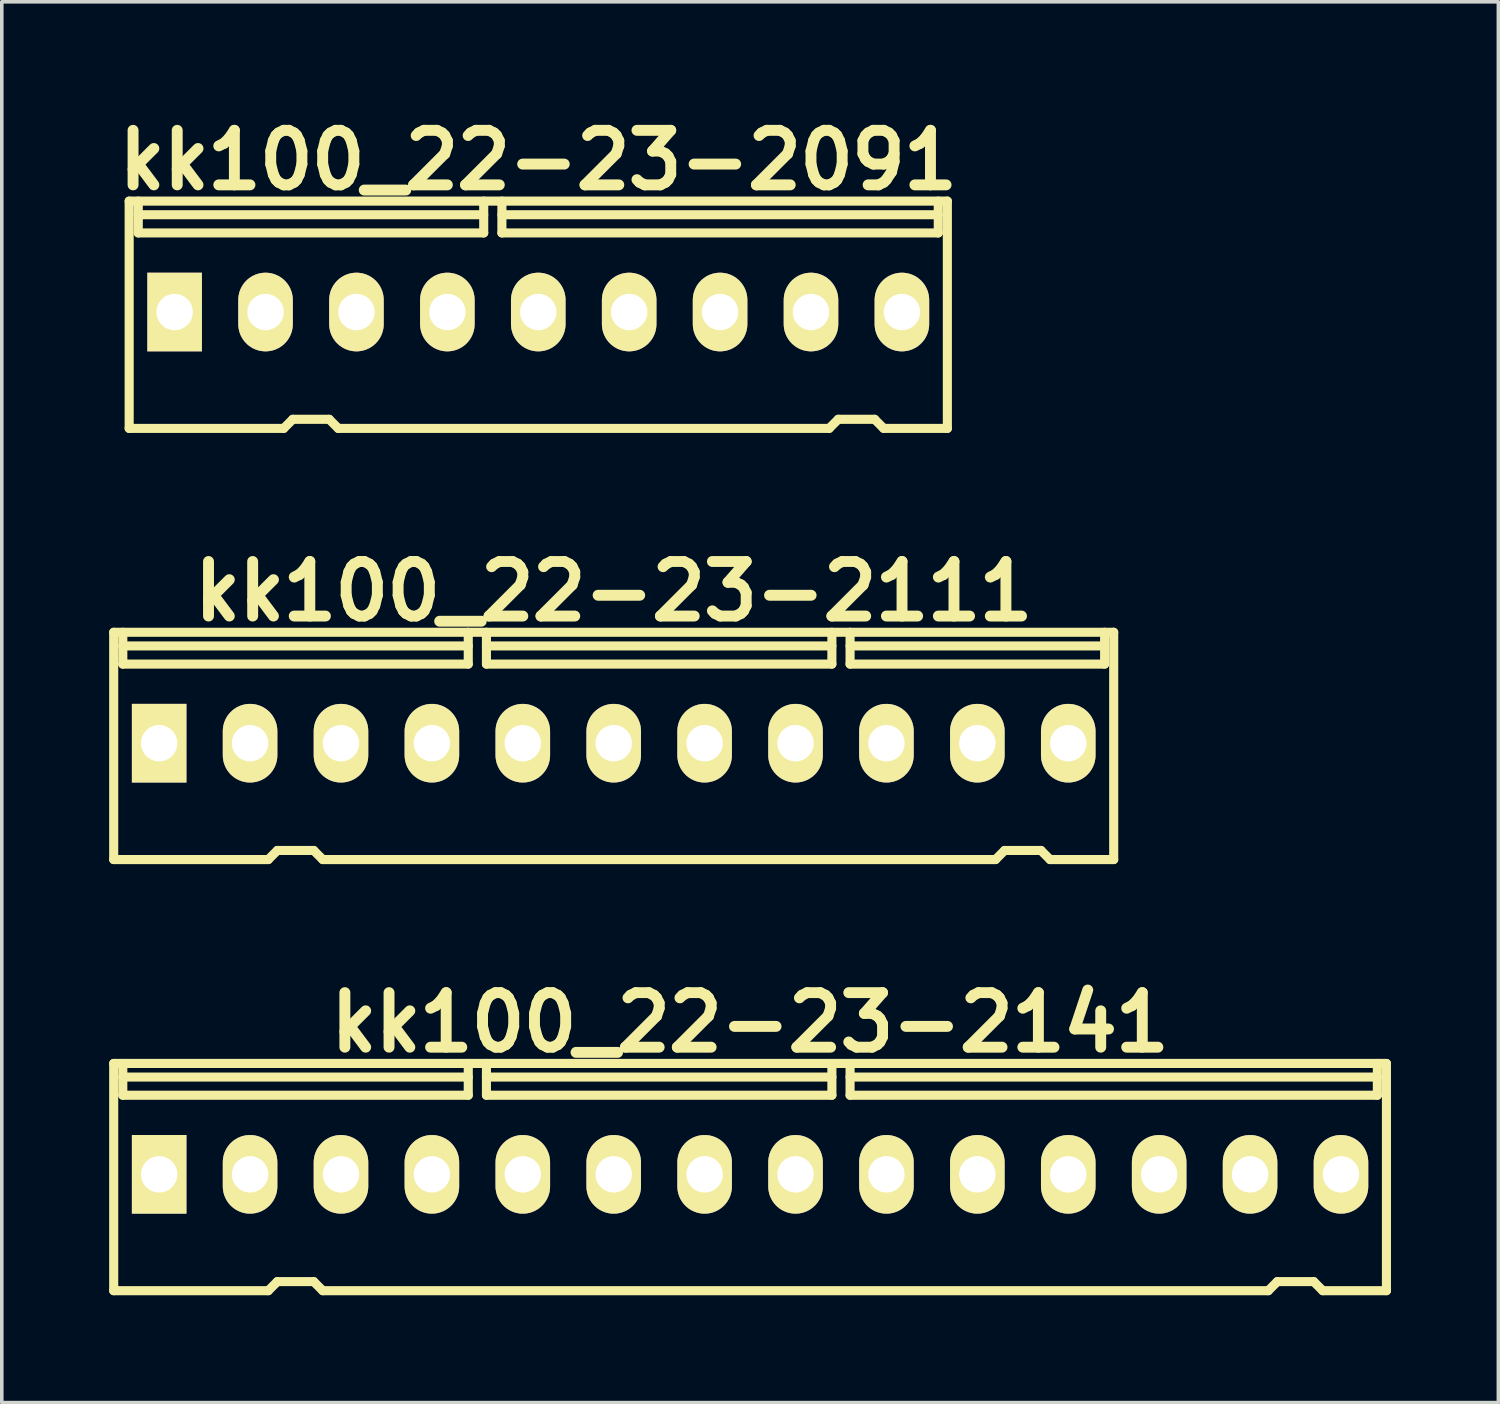
<source format=kicad_pcb>
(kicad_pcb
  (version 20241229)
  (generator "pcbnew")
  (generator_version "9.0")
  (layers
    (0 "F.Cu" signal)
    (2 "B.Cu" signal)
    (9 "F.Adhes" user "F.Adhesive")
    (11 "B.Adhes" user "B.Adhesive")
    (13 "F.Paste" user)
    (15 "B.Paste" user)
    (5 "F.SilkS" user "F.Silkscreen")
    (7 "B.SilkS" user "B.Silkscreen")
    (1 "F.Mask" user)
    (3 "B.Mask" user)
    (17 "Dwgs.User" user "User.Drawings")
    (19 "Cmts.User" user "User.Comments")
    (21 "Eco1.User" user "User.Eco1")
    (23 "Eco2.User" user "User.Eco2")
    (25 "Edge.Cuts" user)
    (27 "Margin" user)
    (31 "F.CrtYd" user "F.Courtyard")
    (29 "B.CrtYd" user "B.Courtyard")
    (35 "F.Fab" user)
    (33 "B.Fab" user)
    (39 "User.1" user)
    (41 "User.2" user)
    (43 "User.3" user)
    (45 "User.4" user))
  (footprint "kk100_22-23-2111"
    (layer "F.Cu")
    (at 14.097 17.791)
    (property "Reference" "kk100_22-23-2111" (at 0 -4.318 0) (layer "F.SilkS") (effects (font (size 1.524 1.524) (thickness 0.305))))
    (attr through_hole)
    (fp_line (start -13.97 -3.175) (end 13.97 -3.175) (stroke (width 0.254) (type solid)) (layer "F.SilkS"))
    (fp_line (start -13.97 3.175) (end -13.97 -3.175) (stroke (width 0.254) (type solid)) (layer "F.SilkS"))
    (fp_line (start -13.716 -2.286) (end -13.716 -3.175) (stroke (width 0.254) (type solid)) (layer "F.SilkS"))
    (fp_line (start -9.652 3.175) (end -13.97 3.175) (stroke (width 0.254) (type solid)) (layer "F.SilkS"))
    (fp_line (start -9.398 2.921) (end -9.652 3.175) (stroke (width 0.254) (type solid)) (layer "F.SilkS"))
    (fp_line (start -9.398 2.921) (end -8.382 2.921) (stroke (width 0.254) (type solid)) (layer "F.SilkS"))
    (fp_line (start -8.382 2.921) (end -8.128 3.175) (stroke (width 0.254) (type solid)) (layer "F.SilkS"))
    (fp_line (start -8.128 3.175) (end 10.668 3.175) (stroke (width 0.254) (type solid)) (layer "F.SilkS"))
    (fp_line (start -4.064 -2.794) (end -13.716 -2.794) (stroke (width 0.254) (type solid)) (layer "F.SilkS"))
    (fp_line (start -4.064 -2.286) (end -13.716 -2.286) (stroke (width 0.254) (type solid)) (layer "F.SilkS"))
    (fp_line (start -4.064 -2.286) (end -4.064 -3.175) (stroke (width 0.254) (type solid)) (layer "F.SilkS"))
    (fp_line (start -3.556 -2.794) (end 6.096 -2.794) (stroke (width 0.254) (type solid)) (layer "F.SilkS"))
    (fp_line (start -3.556 -2.286) (end -3.556 -3.175) (stroke (width 0.254) (type solid)) (layer "F.SilkS"))
    (fp_line (start -3.556 -2.286) (end 6.096 -2.286) (stroke (width 0.254) (type solid)) (layer "F.SilkS"))
    (fp_line (start 6.096 -2.286) (end 6.096 -3.175) (stroke (width 0.254) (type solid)) (layer "F.SilkS"))
    (fp_line (start 6.604 -2.794) (end 13.716 -2.794) (stroke (width 0.254) (type solid)) (layer "F.SilkS"))
    (fp_line (start 6.604 -2.286) (end 6.604 -3.175) (stroke (width 0.254) (type solid)) (layer "F.SilkS"))
    (fp_line (start 6.604 -2.286) (end 13.716 -2.286) (stroke (width 0.254) (type solid)) (layer "F.SilkS"))
    (fp_line (start 10.922 2.921) (end 10.668 3.175) (stroke (width 0.254) (type solid)) (layer "F.SilkS"))
    (fp_line (start 10.922 2.921) (end 11.938 2.921) (stroke (width 0.254) (type solid)) (layer "F.SilkS"))
    (fp_line (start 11.938 2.921) (end 12.192 3.175) (stroke (width 0.254) (type solid)) (layer "F.SilkS"))
    (fp_line (start 12.192 3.175) (end 13.97 3.175) (stroke (width 0.254) (type solid)) (layer "F.SilkS"))
    (fp_line (start 13.716 -2.286) (end 13.716 -3.175) (stroke (width 0.254) (type solid)) (layer "F.SilkS"))
    (fp_line (start 13.97 -3.175) (end 13.97 3.175) (stroke (width 0.254) (type solid)) (layer "F.SilkS"))
    (pad "1" thru_hole rect (at -12.7 -0.076) (size 1.524 2.197) (drill 1.016) (layers "*.Cu" "*.Mask" "F.SilkS"))
    (pad "2" thru_hole oval (at -10.16 -0.076) (size 1.524 2.197) (drill 1.016) (layers "*.Cu" "*.Mask" "F.SilkS"))
    (pad "3" thru_hole oval (at -7.62 -0.076) (size 1.524 2.197) (drill 1.016) (layers "*.Cu" "*.Mask" "F.SilkS"))
    (pad "4" thru_hole oval (at -5.08 -0.076) (size 1.524 2.197) (drill 1.016) (layers "*.Cu" "*.Mask" "F.SilkS"))
    (pad "5" thru_hole oval (at -2.54 -0.076) (size 1.524 2.197) (drill 1.016) (layers "*.Cu" "*.Mask" "F.SilkS"))
    (pad "6" thru_hole oval (at 0 -0.076) (size 1.524 2.197) (drill 1.016) (layers "*.Cu" "*.Mask" "F.SilkS"))
    (pad "7" thru_hole oval (at 2.54 -0.076) (size 1.524 2.197) (drill 1.016) (layers "*.Cu" "*.Mask" "F.SilkS"))
    (pad "8" thru_hole oval (at 5.08 -0.076) (size 1.524 2.197) (drill 1.016) (layers "*.Cu" "*.Mask" "F.SilkS"))
    (pad "9" thru_hole oval (at 7.62 -0.076) (size 1.524 2.197) (drill 1.016) (layers "*.Cu" "*.Mask" "F.SilkS"))
    (pad "10" thru_hole oval (at 10.16 -0.076) (size 1.524 2.197) (drill 1.016) (layers "*.Cu" "*.Mask" "F.SilkS"))
    (pad "11" thru_hole oval (at 12.7 -0.076) (size 1.524 2.197) (drill 1.016) (layers "*.Cu" "*.Mask" "F.SilkS")))
  (footprint "kk100_22-23-2091"
    (layer "F.Cu")
    (at 11.989 5.744)
    (property "Reference" "kk100_22-23-2091" (at 0 -4.318 0) (layer "F.SilkS") (effects (font (size 1.524 1.524) (thickness 0.305))))
    (attr through_hole)
    (fp_line (start -11.43 -3.175) (end 11.43 -3.175) (stroke (width 0.254) (type solid)) (layer "F.SilkS"))
    (fp_line (start -11.43 3.175) (end -11.43 -3.175) (stroke (width 0.254) (type solid)) (layer "F.SilkS"))
    (fp_line (start -11.176 -2.286) (end -11.176 -3.175) (stroke (width 0.254) (type solid)) (layer "F.SilkS"))
    (fp_line (start -7.112 3.175) (end -11.43 3.175) (stroke (width 0.254) (type solid)) (layer "F.SilkS"))
    (fp_line (start -6.858 2.921) (end -7.112 3.175) (stroke (width 0.254) (type solid)) (layer "F.SilkS"))
    (fp_line (start -6.858 2.921) (end -5.842 2.921) (stroke (width 0.254) (type solid)) (layer "F.SilkS"))
    (fp_line (start -5.842 2.921) (end -5.588 3.175) (stroke (width 0.254) (type solid)) (layer "F.SilkS"))
    (fp_line (start -5.588 3.175) (end 8.128 3.175) (stroke (width 0.254) (type solid)) (layer "F.SilkS"))
    (fp_line (start -1.524 -2.794) (end -11.176 -2.794) (stroke (width 0.254) (type solid)) (layer "F.SilkS"))
    (fp_line (start -1.524 -2.286) (end -11.176 -2.286) (stroke (width 0.254) (type solid)) (layer "F.SilkS"))
    (fp_line (start -1.524 -2.286) (end -1.524 -3.175) (stroke (width 0.254) (type solid)) (layer "F.SilkS"))
    (fp_line (start -1.016 -2.794) (end 11.176 -2.794) (stroke (width 0.254) (type solid)) (layer "F.SilkS"))
    (fp_line (start -1.016 -2.286) (end -1.016 -3.175) (stroke (width 0.254) (type solid)) (layer "F.SilkS"))
    (fp_line (start -1.016 -2.286) (end 11.176 -2.286) (stroke (width 0.254) (type solid)) (layer "F.SilkS"))
    (fp_line (start 8.382 2.921) (end 8.128 3.175) (stroke (width 0.254) (type solid)) (layer "F.SilkS"))
    (fp_line (start 8.382 2.921) (end 9.398 2.921) (stroke (width 0.254) (type solid)) (layer "F.SilkS"))
    (fp_line (start 9.398 2.921) (end 9.652 3.175) (stroke (width 0.254) (type solid)) (layer "F.SilkS"))
    (fp_line (start 9.652 3.175) (end 11.43 3.175) (stroke (width 0.254) (type solid)) (layer "F.SilkS"))
    (fp_line (start 11.176 -2.286) (end 11.176 -3.175) (stroke (width 0.254) (type solid)) (layer "F.SilkS"))
    (fp_line (start 11.43 -3.175) (end 11.43 3.175) (stroke (width 0.254) (type solid)) (layer "F.SilkS"))
    (pad "1" thru_hole rect (at -10.16 -0.076) (size 1.524 2.197) (drill 1.016) (layers "*.Cu" "*.Mask" "F.SilkS"))
    (pad "2" thru_hole oval (at -7.62 -0.076) (size 1.524 2.197) (drill 1.016) (layers "*.Cu" "*.Mask" "F.SilkS"))
    (pad "3" thru_hole oval (at -5.08 -0.076) (size 1.524 2.197) (drill 1.016) (layers "*.Cu" "*.Mask" "F.SilkS"))
    (pad "4" thru_hole oval (at -2.54 -0.076) (size 1.524 2.197) (drill 1.016) (layers "*.Cu" "*.Mask" "F.SilkS"))
    (pad "5" thru_hole oval (at 0 -0.076) (size 1.524 2.197) (drill 1.016) (layers "*.Cu" "*.Mask" "F.SilkS"))
    (pad "6" thru_hole oval (at 2.54 -0.076) (size 1.524 2.197) (drill 1.016) (layers "*.Cu" "*.Mask" "F.SilkS"))
    (pad "7" thru_hole oval (at 5.08 -0.076) (size 1.524 2.197) (drill 1.016) (layers "*.Cu" "*.Mask" "F.SilkS"))
    (pad "8" thru_hole oval (at 7.62 -0.076) (size 1.524 2.197) (drill 1.016) (layers "*.Cu" "*.Mask" "F.SilkS"))
    (pad "9" thru_hole oval (at 10.16 -0.076) (size 1.524 2.197) (drill 1.016) (layers "*.Cu" "*.Mask" "F.SilkS")))
  (footprint "kk100_22-23-2141"
    (layer "F.Cu")
    (at 17.907 29.837)
    (property "Reference" "kk100_22-23-2141" (at 0 -4.318 0) (layer "F.SilkS") (effects (font (size 1.524 1.524) (thickness 0.305))))
    (attr through_hole)
    (fp_line (start -17.78 -3.175) (end 17.78 -3.175) (stroke (width 0.254) (type solid)) (layer "F.SilkS"))
    (fp_line (start -17.78 3.175) (end -17.78 -3.175) (stroke (width 0.254) (type solid)) (layer "F.SilkS"))
    (fp_line (start -17.526 -2.286) (end -17.526 -3.175) (stroke (width 0.254) (type solid)) (layer "F.SilkS"))
    (fp_line (start -13.462 3.175) (end -17.78 3.175) (stroke (width 0.254) (type solid)) (layer "F.SilkS"))
    (fp_line (start -13.208 2.921) (end -13.462 3.175) (stroke (width 0.254) (type solid)) (layer "F.SilkS"))
    (fp_line (start -13.208 2.921) (end -12.192 2.921) (stroke (width 0.254) (type solid)) (layer "F.SilkS"))
    (fp_line (start -12.192 2.921) (end -11.938 3.175) (stroke (width 0.254) (type solid)) (layer "F.SilkS"))
    (fp_line (start -11.938 3.175) (end 14.478 3.175) (stroke (width 0.254) (type solid)) (layer "F.SilkS"))
    (fp_line (start -7.874 -2.794) (end -17.526 -2.794) (stroke (width 0.254) (type solid)) (layer "F.SilkS"))
    (fp_line (start -7.874 -2.286) (end -17.526 -2.286) (stroke (width 0.254) (type solid)) (layer "F.SilkS"))
    (fp_line (start -7.874 -2.286) (end -7.874 -3.175) (stroke (width 0.254) (type solid)) (layer "F.SilkS"))
    (fp_line (start -7.366 -2.794) (end 2.286 -2.794) (stroke (width 0.254) (type solid)) (layer "F.SilkS"))
    (fp_line (start -7.366 -2.286) (end -7.366 -3.175) (stroke (width 0.254) (type solid)) (layer "F.SilkS"))
    (fp_line (start -7.366 -2.286) (end 2.286 -2.286) (stroke (width 0.254) (type solid)) (layer "F.SilkS"))
    (fp_line (start 2.286 -2.286) (end 2.286 -3.175) (stroke (width 0.254) (type solid)) (layer "F.SilkS"))
    (fp_line (start 2.794 -2.794) (end 17.526 -2.794) (stroke (width 0.254) (type solid)) (layer "F.SilkS"))
    (fp_line (start 2.794 -2.286) (end 2.794 -3.175) (stroke (width 0.254) (type solid)) (layer "F.SilkS"))
    (fp_line (start 14.732 2.921) (end 14.478 3.175) (stroke (width 0.254) (type solid)) (layer "F.SilkS"))
    (fp_line (start 14.732 2.921) (end 15.748 2.921) (stroke (width 0.254) (type solid)) (layer "F.SilkS"))
    (fp_line (start 15.748 2.921) (end 16.002 3.175) (stroke (width 0.254) (type solid)) (layer "F.SilkS"))
    (fp_line (start 16.002 3.175) (end 17.78 3.175) (stroke (width 0.254) (type solid)) (layer "F.SilkS"))
    (fp_line (start 17.526 -2.286) (end 2.794 -2.286) (stroke (width 0.254) (type solid)) (layer "F.SilkS"))
    (fp_line (start 17.526 -2.286) (end 17.526 -3.175) (stroke (width 0.254) (type solid)) (layer "F.SilkS"))
    (fp_line (start 17.78 -3.175) (end 17.78 3.175) (stroke (width 0.254) (type solid)) (layer "F.SilkS"))
    (pad "1" thru_hole rect (at -16.51 -0.076) (size 1.524 2.197) (drill 1.016) (layers "*.Cu" "*.Mask" "F.SilkS"))
    (pad "2" thru_hole oval (at -13.97 -0.076) (size 1.524 2.197) (drill 1.016) (layers "*.Cu" "*.Mask" "F.SilkS"))
    (pad "3" thru_hole oval (at -11.43 -0.076) (size 1.524 2.197) (drill 1.016) (layers "*.Cu" "*.Mask" "F.SilkS"))
    (pad "4" thru_hole oval (at -8.89 -0.076) (size 1.524 2.197) (drill 1.016) (layers "*.Cu" "*.Mask" "F.SilkS"))
    (pad "5" thru_hole oval (at -6.35 -0.076) (size 1.524 2.197) (drill 1.016) (layers "*.Cu" "*.Mask" "F.SilkS"))
    (pad "6" thru_hole oval (at -3.81 -0.076) (size 1.524 2.197) (drill 1.016) (layers "*.Cu" "*.Mask" "F.SilkS"))
    (pad "7" thru_hole oval (at -1.27 -0.076) (size 1.524 2.197) (drill 1.016) (layers "*.Cu" "*.Mask" "F.SilkS"))
    (pad "8" thru_hole oval (at 1.27 -0.076) (size 1.524 2.197) (drill 1.016) (layers "*.Cu" "*.Mask" "F.SilkS"))
    (pad "9" thru_hole oval (at 3.81 -0.076) (size 1.524 2.197) (drill 1.016) (layers "*.Cu" "*.Mask" "F.SilkS"))
    (pad "10" thru_hole oval (at 6.35 -0.076) (size 1.524 2.197) (drill 1.016) (layers "*.Cu" "*.Mask" "F.SilkS"))
    (pad "11" thru_hole oval (at 8.89 -0.076) (size 1.524 2.197) (drill 1.016) (layers "*.Cu" "*.Mask" "F.SilkS"))
    (pad "12" thru_hole oval (at 11.43 -0.076) (size 1.524 2.197) (drill 1.016) (layers "*.Cu" "*.Mask" "F.SilkS"))
    (pad "13" thru_hole oval (at 13.97 -0.076) (size 1.524 2.197) (drill 1.016) (layers "*.Cu" "*.Mask" "F.SilkS"))
    (pad "14" thru_hole oval (at 16.51 -0.076) (size 1.524 2.197) (drill 1.016) (layers "*.Cu" "*.Mask" "F.SilkS")))
  (gr_rect
    (start -3 -3)
    (end 38.814 36.139)
    (stroke (width 0.1) (type default))
    (fill no)
    (layer "Edge.Cuts")))
</source>
